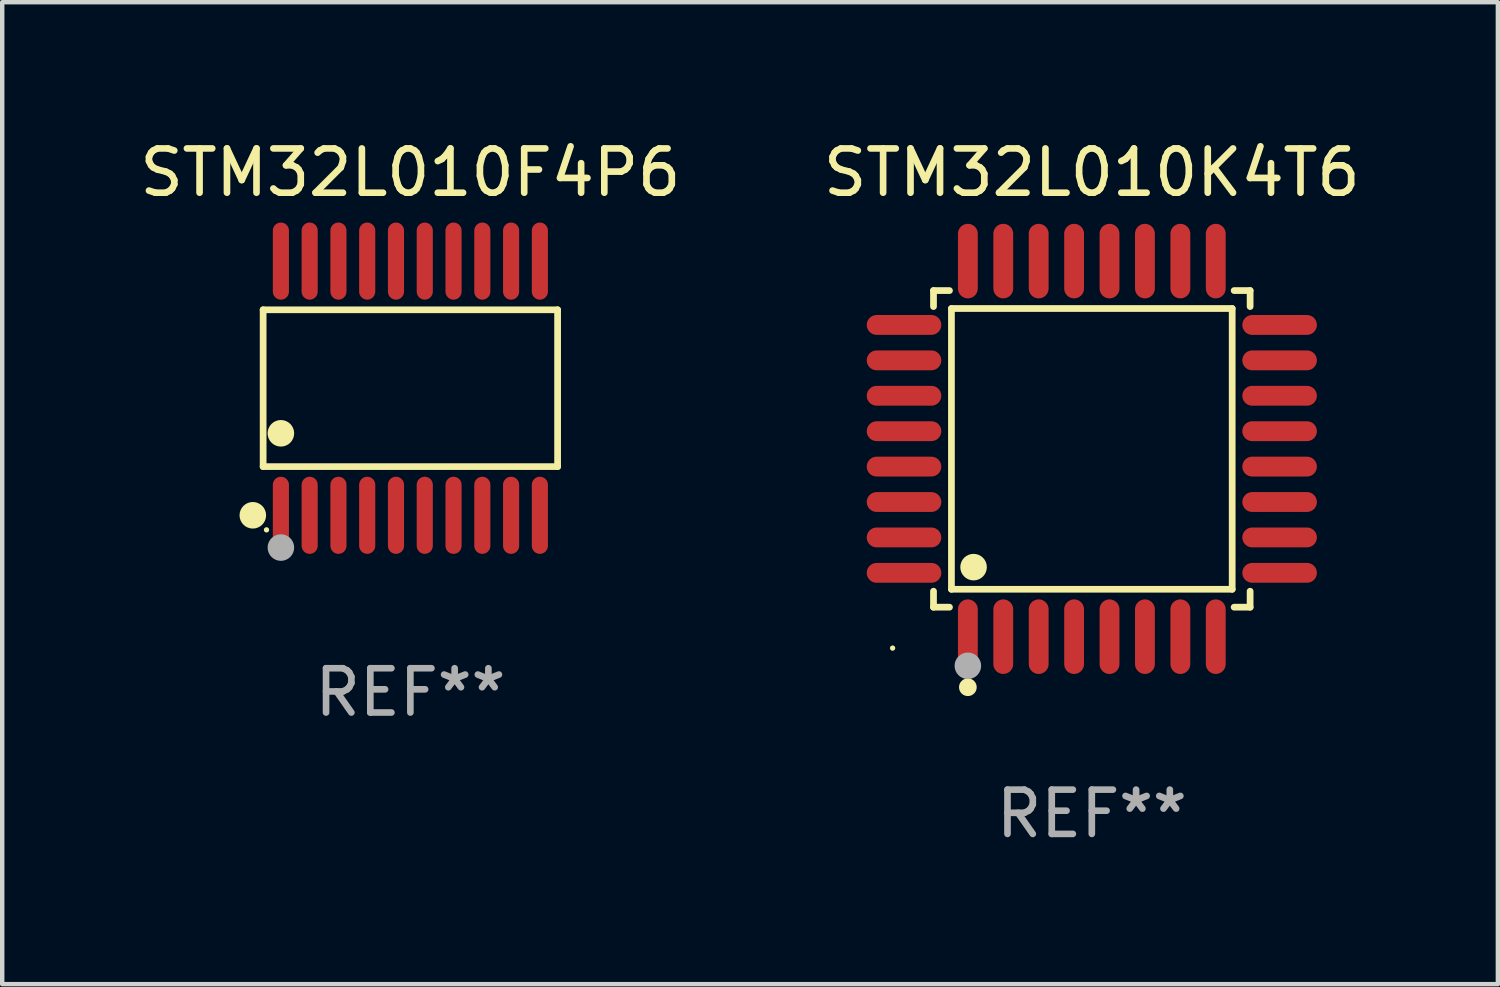
<source format=kicad_pcb>
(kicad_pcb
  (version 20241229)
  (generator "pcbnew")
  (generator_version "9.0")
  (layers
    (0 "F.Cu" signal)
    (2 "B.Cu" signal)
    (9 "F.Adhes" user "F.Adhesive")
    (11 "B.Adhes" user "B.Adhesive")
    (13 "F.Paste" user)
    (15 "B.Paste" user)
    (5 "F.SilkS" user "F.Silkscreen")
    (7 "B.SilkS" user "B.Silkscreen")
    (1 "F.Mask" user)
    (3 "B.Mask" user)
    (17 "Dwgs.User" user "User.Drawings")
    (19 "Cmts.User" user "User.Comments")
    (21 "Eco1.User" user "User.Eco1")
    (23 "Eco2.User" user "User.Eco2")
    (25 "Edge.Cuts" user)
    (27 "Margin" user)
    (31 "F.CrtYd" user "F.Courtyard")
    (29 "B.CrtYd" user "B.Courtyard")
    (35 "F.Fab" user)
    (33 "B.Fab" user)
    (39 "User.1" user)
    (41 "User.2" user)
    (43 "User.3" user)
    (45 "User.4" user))
  (footprint "STM32L010F4P6"
    (layer "F.Cu")
    (at 6.22 5.719)
    (property "Reference" "STM32L010F4P6" (at 0 -4.871 0) (layer "F.SilkS") (effects (font (size 1 1) (thickness 0.15))))
    (attr through_hole)
    (fp_line (start -3.326 -1.771) (end 3.326 -1.771) (stroke (width 0.152) (type solid)) (layer "F.SilkS"))
    (fp_line (start -3.326 1.771) (end -3.326 -1.771) (stroke (width 0.152) (type solid)) (layer "F.SilkS"))
    (fp_line (start 3.326 -1.771) (end 3.326 1.771) (stroke (width 0.152) (type solid)) (layer "F.SilkS"))
    (fp_line (start 3.326 1.771) (end -3.326 1.771) (stroke (width 0.152) (type solid)) (layer "F.SilkS"))
    (fp_circle (center -3.559 2.871) (end -3.409 2.871) (stroke (width 0.3) (type solid)) (fill no) (layer "F.SilkS"))
    (fp_circle (center -3.25 3.2) (end -3.22 3.2) (stroke (width 0.06) (type solid)) (fill no) (layer "F.SilkS"))
    (fp_circle (center -2.925 1.019) (end -2.775 1.019) (stroke (width 0.3) (type solid)) (fill no) (layer "F.SilkS"))
    (fp_circle (center -2.925 3.6) (end -2.775 3.6) (stroke (width 0.3) (type solid)) (fill no) (layer "F.Fab"))
    (fp_text user "REF**" (at 0 6.871 0) (layer "F.Fab") (effects (font (size 1 1) (thickness 0.15))))
    (pad "1" smd oval (at -2.925 2.871) (size 0.364 1.742) (layers "F.Cu" "F.Mask" "F.Paste"))
    (pad "2" smd oval (at -2.275 2.871) (size 0.364 1.742) (layers "F.Cu" "F.Mask" "F.Paste"))
    (pad "3" smd oval (at -1.625 2.871) (size 0.364 1.742) (layers "F.Cu" "F.Mask" "F.Paste"))
    (pad "4" smd oval (at -0.975 2.871) (size 0.364 1.742) (layers "F.Cu" "F.Mask" "F.Paste"))
    (pad "5" smd oval (at -0.325 2.871) (size 0.364 1.742) (layers "F.Cu" "F.Mask" "F.Paste"))
    (pad "6" smd oval (at 0.325 2.871) (size 0.364 1.742) (layers "F.Cu" "F.Mask" "F.Paste"))
    (pad "7" smd oval (at 0.975 2.871) (size 0.364 1.742) (layers "F.Cu" "F.Mask" "F.Paste"))
    (pad "8" smd oval (at 1.625 2.871) (size 0.364 1.742) (layers "F.Cu" "F.Mask" "F.Paste"))
    (pad "9" smd oval (at 2.275 2.871) (size 0.364 1.742) (layers "F.Cu" "F.Mask" "F.Paste"))
    (pad "10" smd oval (at 2.925 2.871) (size 0.364 1.742) (layers "F.Cu" "F.Mask" "F.Paste"))
    (pad "11" smd oval (at 2.925 -2.871) (size 0.364 1.742) (layers "F.Cu" "F.Mask" "F.Paste"))
    (pad "12" smd oval (at 2.275 -2.871) (size 0.364 1.742) (layers "F.Cu" "F.Mask" "F.Paste"))
    (pad "13" smd oval (at 1.625 -2.871) (size 0.364 1.742) (layers "F.Cu" "F.Mask" "F.Paste"))
    (pad "14" smd oval (at 0.975 -2.871) (size 0.364 1.742) (layers "F.Cu" "F.Mask" "F.Paste"))
    (pad "15" smd oval (at 0.325 -2.871) (size 0.364 1.742) (layers "F.Cu" "F.Mask" "F.Paste"))
    (pad "16" smd oval (at -0.325 -2.871) (size 0.364 1.742) (layers "F.Cu" "F.Mask" "F.Paste"))
    (pad "17" smd oval (at -0.975 -2.871) (size 0.364 1.742) (layers "F.Cu" "F.Mask" "F.Paste"))
    (pad "18" smd oval (at -1.625 -2.871) (size 0.364 1.742) (layers "F.Cu" "F.Mask" "F.Paste"))
    (pad "19" smd oval (at -2.275 -2.871) (size 0.364 1.742) (layers "F.Cu" "F.Mask" "F.Paste"))
    (pad "20" smd oval (at -2.925 -2.871) (size 0.364 1.742) (layers "F.Cu" "F.Mask" "F.Paste")))
  (footprint "STM32L010K4T6"
    (layer "F.Cu")
    (at 21.613 7.09)
    (property "Reference" "STM32L010K4T6" (at 0 -6.242 0) (layer "F.SilkS") (effects (font (size 1 1) (thickness 0.15))))
    (attr through_hole)
    (fp_line (start -3.576 -3.576) (end -3.215 -3.576) (stroke (width 0.152) (type solid)) (layer "F.SilkS"))
    (fp_line (start -3.576 -3.215) (end -3.576 -3.576) (stroke (width 0.152) (type solid)) (layer "F.SilkS"))
    (fp_line (start -3.576 3.215) (end -3.576 3.576) (stroke (width 0.152) (type solid)) (layer "F.SilkS"))
    (fp_line (start -3.576 3.576) (end -3.215 3.576) (stroke (width 0.152) (type solid)) (layer "F.SilkS"))
    (fp_line (start -3.171 -3.171) (end 3.171 -3.171) (stroke (width 0.152) (type solid)) (layer "F.SilkS"))
    (fp_line (start -3.171 3.171) (end -3.171 -3.171) (stroke (width 0.152) (type solid)) (layer "F.SilkS"))
    (fp_line (start 3.171 -3.171) (end 3.171 3.171) (stroke (width 0.152) (type solid)) (layer "F.SilkS"))
    (fp_line (start 3.171 3.171) (end -3.171 3.171) (stroke (width 0.152) (type solid)) (layer "F.SilkS"))
    (fp_line (start 3.576 -3.576) (end 3.215 -3.576) (stroke (width 0.152) (type solid)) (layer "F.SilkS"))
    (fp_line (start 3.576 -3.215) (end 3.576 -3.576) (stroke (width 0.152) (type solid)) (layer "F.SilkS"))
    (fp_line (start 3.576 3.215) (end 3.576 3.576) (stroke (width 0.152) (type solid)) (layer "F.SilkS"))
    (fp_line (start 3.576 3.576) (end 3.215 3.576) (stroke (width 0.152) (type solid)) (layer "F.SilkS"))
    (fp_circle (center -4.5 4.5) (end -4.47 4.5) (stroke (width 0.06) (type solid)) (fill no) (layer "F.SilkS"))
    (fp_circle (center -2.8 5.384) (end -2.7 5.384) (stroke (width 0.2) (type solid)) (fill no) (layer "F.SilkS"))
    (fp_circle (center -2.671 2.671) (end -2.521 2.671) (stroke (width 0.3) (type solid)) (fill no) (layer "F.SilkS"))
    (fp_circle (center -2.8 4.9) (end -2.65 4.9) (stroke (width 0.3) (type solid)) (fill no) (layer "F.Fab"))
    (fp_text user "REF**" (at 0 8.242 0) (layer "F.Fab") (effects (font (size 1 1) (thickness 0.15))))
    (pad "1" smd oval (at -2.8 4.242) (size 0.448 1.684) (layers "F.Cu" "F.Mask" "F.Paste"))
    (pad "2" smd oval (at -2 4.242) (size 0.448 1.684) (layers "F.Cu" "F.Mask" "F.Paste"))
    (pad "3" smd oval (at -1.2 4.242) (size 0.448 1.684) (layers "F.Cu" "F.Mask" "F.Paste"))
    (pad "4" smd oval (at -0.4 4.242) (size 0.448 1.684) (layers "F.Cu" "F.Mask" "F.Paste"))
    (pad "5" smd oval (at 0.4 4.242) (size 0.448 1.684) (layers "F.Cu" "F.Mask" "F.Paste"))
    (pad "6" smd oval (at 1.2 4.242) (size 0.448 1.684) (layers "F.Cu" "F.Mask" "F.Paste"))
    (pad "7" smd oval (at 2 4.242) (size 0.448 1.684) (layers "F.Cu" "F.Mask" "F.Paste"))
    (pad "8" smd oval (at 2.8 4.242) (size 0.448 1.684) (layers "F.Cu" "F.Mask" "F.Paste"))
    (pad "9" smd oval (at 4.242 2.8) (size 1.684 0.448) (layers "F.Cu" "F.Mask" "F.Paste"))
    (pad "10" smd oval (at 4.242 2) (size 1.684 0.448) (layers "F.Cu" "F.Mask" "F.Paste"))
    (pad "11" smd oval (at 4.242 1.2) (size 1.684 0.448) (layers "F.Cu" "F.Mask" "F.Paste"))
    (pad "12" smd oval (at 4.242 0.4) (size 1.684 0.448) (layers "F.Cu" "F.Mask" "F.Paste"))
    (pad "13" smd oval (at 4.242 -0.4) (size 1.684 0.448) (layers "F.Cu" "F.Mask" "F.Paste"))
    (pad "14" smd oval (at 4.242 -1.2) (size 1.684 0.448) (layers "F.Cu" "F.Mask" "F.Paste"))
    (pad "15" smd oval (at 4.242 -2) (size 1.684 0.448) (layers "F.Cu" "F.Mask" "F.Paste"))
    (pad "16" smd oval (at 4.242 -2.8) (size 1.684 0.448) (layers "F.Cu" "F.Mask" "F.Paste"))
    (pad "17" smd oval (at 2.8 -4.242) (size 0.448 1.684) (layers "F.Cu" "F.Mask" "F.Paste"))
    (pad "18" smd oval (at 2 -4.242) (size 0.448 1.684) (layers "F.Cu" "F.Mask" "F.Paste"))
    (pad "19" smd oval (at 1.2 -4.242) (size 0.448 1.684) (layers "F.Cu" "F.Mask" "F.Paste"))
    (pad "20" smd oval (at 0.4 -4.242) (size 0.448 1.684) (layers "F.Cu" "F.Mask" "F.Paste"))
    (pad "21" smd oval (at -0.4 -4.242) (size 0.448 1.684) (layers "F.Cu" "F.Mask" "F.Paste"))
    (pad "22" smd oval (at -1.2 -4.242) (size 0.448 1.684) (layers "F.Cu" "F.Mask" "F.Paste"))
    (pad "23" smd oval (at -2 -4.242) (size 0.448 1.684) (layers "F.Cu" "F.Mask" "F.Paste"))
    (pad "24" smd oval (at -2.8 -4.242) (size 0.448 1.684) (layers "F.Cu" "F.Mask" "F.Paste"))
    (pad "25" smd oval (at -4.242 -2.8) (size 1.684 0.448) (layers "F.Cu" "F.Mask" "F.Paste"))
    (pad "26" smd oval (at -4.242 -2) (size 1.684 0.448) (layers "F.Cu" "F.Mask" "F.Paste"))
    (pad "27" smd oval (at -4.242 -1.2) (size 1.684 0.448) (layers "F.Cu" "F.Mask" "F.Paste"))
    (pad "28" smd oval (at -4.242 -0.4) (size 1.684 0.448) (layers "F.Cu" "F.Mask" "F.Paste"))
    (pad "29" smd oval (at -4.242 0.4) (size 1.684 0.448) (layers "F.Cu" "F.Mask" "F.Paste"))
    (pad "30" smd oval (at -4.242 1.2) (size 1.684 0.448) (layers "F.Cu" "F.Mask" "F.Paste"))
    (pad "31" smd oval (at -4.242 2) (size 1.684 0.448) (layers "F.Cu" "F.Mask" "F.Paste"))
    (pad "32" smd oval (at -4.242 2.8) (size 1.684 0.448) (layers "F.Cu" "F.Mask" "F.Paste")))
  (gr_rect
    (start -3 -3)
    (end 30.786 19.181)
    (stroke (width 0.1) (type default))
    (fill no)
    (layer "Edge.Cuts")))
</source>
